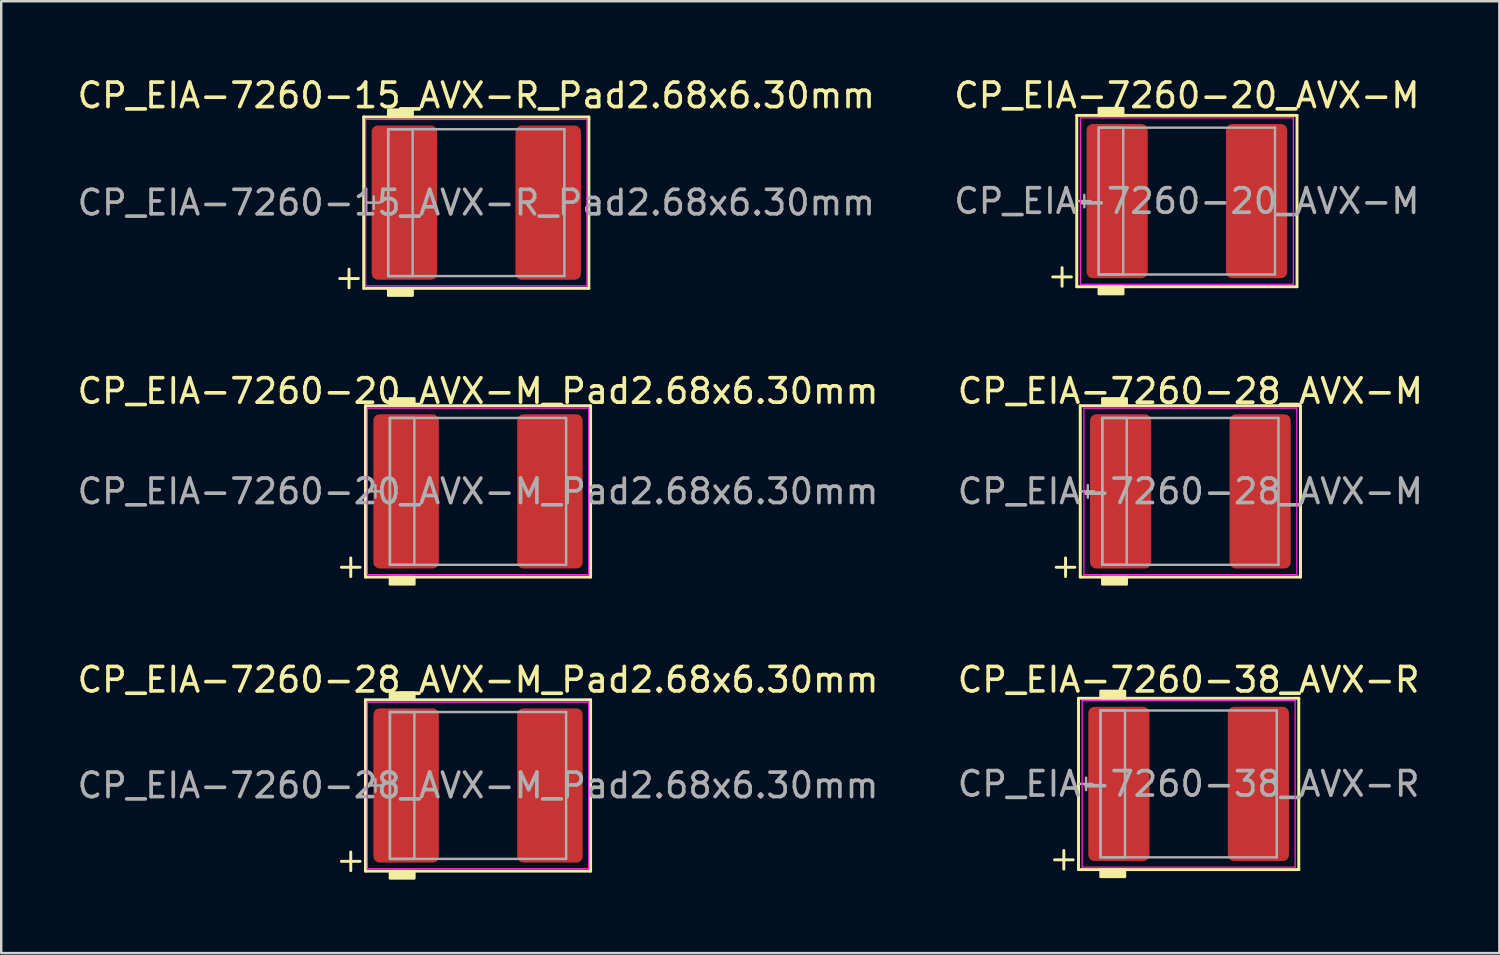
<source format=kicad_pcb>
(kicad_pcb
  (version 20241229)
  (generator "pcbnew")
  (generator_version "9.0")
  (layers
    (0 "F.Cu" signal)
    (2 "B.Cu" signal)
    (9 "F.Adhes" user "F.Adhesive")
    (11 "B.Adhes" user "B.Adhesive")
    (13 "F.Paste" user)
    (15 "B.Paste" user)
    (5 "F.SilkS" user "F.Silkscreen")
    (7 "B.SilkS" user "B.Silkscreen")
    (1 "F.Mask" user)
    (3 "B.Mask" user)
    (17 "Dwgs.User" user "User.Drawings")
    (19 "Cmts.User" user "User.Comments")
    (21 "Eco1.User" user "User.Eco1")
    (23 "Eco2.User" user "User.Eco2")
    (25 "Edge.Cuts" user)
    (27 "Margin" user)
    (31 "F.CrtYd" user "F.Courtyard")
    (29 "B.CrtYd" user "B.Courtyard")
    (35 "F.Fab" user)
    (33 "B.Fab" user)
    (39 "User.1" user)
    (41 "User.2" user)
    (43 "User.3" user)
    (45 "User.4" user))
  (footprint "CP_EIA-7260-20_AVX-M"
    (layer "F.Cu")
    (at 45.446 5.166)
    (property "Reference" "CP_EIA-7260-20_AVX-M" (at 0 -4.318 0) (layer "F.SilkS") (effects (font (size 1 1) (thickness 0.15))))
    (attr smd)
    (fp_line (start -5.481 3.1) (end -4.719 3.1) (stroke (width 0.12) (type solid)) (layer "F.SilkS"))
    (fp_line (start -5.1 2.719) (end -5.1 3.481) (stroke (width 0.12) (type solid)) (layer "F.SilkS"))
    (fp_line (start -4.5 -3.5) (end -4.5 3.5) (stroke (width 0.12) (type solid)) (layer "F.SilkS"))
    (fp_line (start -4.5 3.5) (end 4.5 3.5) (stroke (width 0.12) (type solid)) (layer "F.SilkS"))
    (fp_line (start 4.5 -3.5) (end -4.5 -3.5) (stroke (width 0.12) (type solid)) (layer "F.SilkS"))
    (fp_line (start 4.5 3.5) (end 4.5 -3.5) (stroke (width 0.12) (type solid)) (layer "F.SilkS"))
    (fp_poly (pts (xy -2.6 -3.5) (xy -3.6 -3.5) (xy -3.6 -3.8) (xy -2.6 -3.8)) (stroke (width 0.1) (type solid)) (fill yes) (layer "F.SilkS"))
    (fp_poly (pts (xy -2.6 3.8) (xy -3.6 3.8) (xy -3.6 3.5) (xy -2.6 3.5)) (stroke (width 0.1) (type solid)) (fill yes) (layer "F.SilkS"))
    (fp_line (start -4.35 -3.4) (end 4.35 -3.4) (stroke (width 0.05) (type solid)) (layer "F.CrtYd"))
    (fp_line (start -4.35 3.4) (end -4.35 -3.4) (stroke (width 0.05) (type solid)) (layer "F.CrtYd"))
    (fp_line (start 4.35 -3.4) (end 4.35 3.4) (stroke (width 0.05) (type solid)) (layer "F.CrtYd"))
    (fp_line (start 4.35 3.4) (end -4.35 3.4) (stroke (width 0.05) (type solid)) (layer "F.CrtYd"))
    (fp_line (start -4.191 -0.254) (end -4.191 0.254) (stroke (width 0.1) (type solid)) (layer "F.Fab"))
    (fp_line (start -3.937 0) (end -4.445 0) (stroke (width 0.1) (type solid)) (layer "F.Fab"))
    (fp_line (start -3.6 -3) (end -3.6 3) (stroke (width 0.1) (type solid)) (layer "F.Fab"))
    (fp_line (start -3.6 3) (end 3.6 3) (stroke (width 0.1) (type solid)) (layer "F.Fab"))
    (fp_line (start 3.6 -3) (end -3.6 -3) (stroke (width 0.1) (type solid)) (layer "F.Fab"))
    (fp_line (start 3.6 3) (end 3.6 -3) (stroke (width 0.1) (type solid)) (layer "F.Fab"))
    (fp_rect (start -3.6 -3) (end -2.6 3) (stroke (width 0.1) (type solid)) (fill no) (layer "F.Fab"))
    (fp_text user "${REFERENCE}" (at 0 0 0) (layer "F.Fab") (effects (font (size 1 1) (thickness 0.15))))
    (pad "1" smd roundrect (at -2.85 0) (size 2.5 6.3) (layers "F.Cu" "F.Mask" "F.Paste") (roundrect_rratio 0.1))
    (pad "2" smd roundrect (at 2.85 0) (size 2.5 6.3) (layers "F.Cu" "F.Mask" "F.Paste") (roundrect_rratio 0.1)))
  (footprint "CP_EIA-7260-38_AVX-R"
    (layer "F.Cu")
    (at 45.518 28.981)
    (property "Reference" "CP_EIA-7260-38_AVX-R" (at 0 -4.255 0) (layer "F.SilkS") (effects (font (size 1 1) (thickness 0.15))))
    (attr smd)
    (fp_line (start -5.481 3.1) (end -4.719 3.1) (stroke (width 0.12) (type solid)) (layer "F.SilkS"))
    (fp_line (start -5.1 2.719) (end -5.1 3.481) (stroke (width 0.12) (type solid)) (layer "F.SilkS"))
    (fp_line (start -4.5 -3.5) (end -4.5 3.5) (stroke (width 0.12) (type solid)) (layer "F.SilkS"))
    (fp_line (start -4.5 3.5) (end 4.5 3.5) (stroke (width 0.12) (type solid)) (layer "F.SilkS"))
    (fp_line (start 4.5 -3.5) (end -4.5 -3.5) (stroke (width 0.12) (type solid)) (layer "F.SilkS"))
    (fp_line (start 4.5 3.5) (end 4.5 -3.5) (stroke (width 0.12) (type solid)) (layer "F.SilkS"))
    (fp_poly (pts (xy -2.6 -3.5) (xy -3.6 -3.5) (xy -3.6 -3.8) (xy -2.6 -3.8)) (stroke (width 0.1) (type solid)) (fill yes) (layer "F.SilkS"))
    (fp_poly (pts (xy -2.6 3.8) (xy -3.6 3.8) (xy -3.6 3.5) (xy -2.6 3.5)) (stroke (width 0.1) (type solid)) (fill yes) (layer "F.SilkS"))
    (fp_line (start -4.35 -3.4) (end 4.35 -3.4) (stroke (width 0.05) (type solid)) (layer "F.CrtYd"))
    (fp_line (start -4.35 3.4) (end -4.35 -3.4) (stroke (width 0.05) (type solid)) (layer "F.CrtYd"))
    (fp_line (start 4.35 -3.4) (end 4.35 3.4) (stroke (width 0.05) (type solid)) (layer "F.CrtYd"))
    (fp_line (start 4.35 3.4) (end -4.35 3.4) (stroke (width 0.05) (type solid)) (layer "F.CrtYd"))
    (fp_line (start -4.191 -0.254) (end -4.191 0.254) (stroke (width 0.1) (type solid)) (layer "F.Fab"))
    (fp_line (start -3.937 0) (end -4.445 0) (stroke (width 0.1) (type solid)) (layer "F.Fab"))
    (fp_line (start -3.6 -3) (end -3.6 3) (stroke (width 0.1) (type solid)) (layer "F.Fab"))
    (fp_line (start -3.6 3) (end 3.6 3) (stroke (width 0.1) (type solid)) (layer "F.Fab"))
    (fp_line (start 3.6 -3) (end -3.6 -3) (stroke (width 0.1) (type solid)) (layer "F.Fab"))
    (fp_line (start 3.6 3) (end 3.6 -3) (stroke (width 0.1) (type solid)) (layer "F.Fab"))
    (fp_rect (start -3.6 -3) (end -2.6 3) (stroke (width 0.1) (type solid)) (fill no) (layer "F.Fab"))
    (fp_text user "${REFERENCE}" (at 0 0 0) (layer "F.Fab") (effects (font (size 1 1) (thickness 0.15))))
    (pad "1" smd roundrect (at -2.85 0) (size 2.5 6.3) (layers "F.Cu" "F.Mask" "F.Paste") (roundrect_rratio 0.1))
    (pad "2" smd roundrect (at 2.85 0) (size 2.5 6.3) (layers "F.Cu" "F.Mask" "F.Paste") (roundrect_rratio 0.1)))
  (footprint "CP_EIA-7260-15_AVX-R_Pad2.68x6.30mm"
    (layer "F.Cu")
    (at 16.411 5.23)
    (property "Reference" "CP_EIA-7260-15_AVX-R_Pad2.68x6.30mm" (at 0 -4.381 0) (layer "F.SilkS") (effects (font (size 1 1) (thickness 0.15))))
    (attr smd)
    (fp_line (start -5.581 3.1) (end -4.819 3.1) (stroke (width 0.12) (type solid)) (layer "F.SilkS"))
    (fp_line (start -5.2 2.719) (end -5.2 3.481) (stroke (width 0.12) (type solid)) (layer "F.SilkS"))
    (fp_line (start -4.6 -3.5) (end -4.6 3.5) (stroke (width 0.12) (type solid)) (layer "F.SilkS"))
    (fp_line (start -4.6 3.5) (end 4.6 3.5) (stroke (width 0.12) (type solid)) (layer "F.SilkS"))
    (fp_line (start 4.6 -3.5) (end -4.6 -3.5) (stroke (width 0.12) (type solid)) (layer "F.SilkS"))
    (fp_line (start 4.6 -3.4) (end 4.6 -3.5) (stroke (width 0.12) (type solid)) (layer "F.SilkS"))
    (fp_line (start 4.6 3.5) (end 4.6 -3.4) (stroke (width 0.12) (type solid)) (layer "F.SilkS"))
    (fp_poly (pts (xy -2.6 -3.5) (xy -3.6 -3.5) (xy -3.6 -3.8) (xy -2.6 -3.8)) (stroke (width 0.1) (type solid)) (fill yes) (layer "F.SilkS"))
    (fp_poly (pts (xy -2.6 3.8) (xy -3.6 3.8) (xy -3.6 3.5) (xy -2.6 3.5)) (stroke (width 0.1) (type solid)) (fill yes) (layer "F.SilkS"))
    (fp_line (start -4.52 -3.4) (end 4.52 -3.4) (stroke (width 0.05) (type solid)) (layer "F.CrtYd"))
    (fp_line (start -4.52 3.4) (end -4.52 -3.4) (stroke (width 0.05) (type solid)) (layer "F.CrtYd"))
    (fp_line (start 4.52 -3.4) (end 4.52 3.4) (stroke (width 0.05) (type solid)) (layer "F.CrtYd"))
    (fp_line (start 4.52 3.4) (end -4.52 3.4) (stroke (width 0.05) (type solid)) (layer "F.CrtYd"))
    (fp_line (start -4.191 -0.254) (end -4.191 0.254) (stroke (width 0.1) (type solid)) (layer "F.Fab"))
    (fp_line (start -3.937 0) (end -4.445 0) (stroke (width 0.1) (type solid)) (layer "F.Fab"))
    (fp_line (start -3.6 -3) (end -3.6 3) (stroke (width 0.1) (type solid)) (layer "F.Fab"))
    (fp_line (start -3.6 3) (end 3.6 3) (stroke (width 0.1) (type solid)) (layer "F.Fab"))
    (fp_line (start 3.6 -3) (end -3.6 -3) (stroke (width 0.1) (type solid)) (layer "F.Fab"))
    (fp_line (start 3.6 3) (end 3.6 -3) (stroke (width 0.1) (type solid)) (layer "F.Fab"))
    (fp_rect (start -3.6 -3) (end -2.6 3) (stroke (width 0.1) (type solid)) (fill no) (layer "F.Fab"))
    (fp_text user "${REFERENCE}" (at 0 0 0) (layer "F.Fab") (effects (font (size 1 1) (thickness 0.15))))
    (pad "1" smd roundrect (at -2.938 0) (size 2.675 6.3) (layers "F.Cu" "F.Mask" "F.Paste") (roundrect_rratio 0.093))
    (pad "2" smd roundrect (at 2.938 0) (size 2.675 6.3) (layers "F.Cu" "F.Mask" "F.Paste") (roundrect_rratio 0.093)))
  (footprint "CP_EIA-7260-20_AVX-M_Pad2.68x6.30mm"
    (layer "F.Cu")
    (at 16.482 17.028)
    (property "Reference" "CP_EIA-7260-20_AVX-M_Pad2.68x6.30mm" (at 0 -4.1 0) (layer "F.SilkS") (effects (font (size 1 1) (thickness 0.15))))
    (attr smd)
    (fp_line (start -5.581 3.1) (end -4.819 3.1) (stroke (width 0.12) (type solid)) (layer "F.SilkS"))
    (fp_line (start -5.2 2.719) (end -5.2 3.481) (stroke (width 0.12) (type solid)) (layer "F.SilkS"))
    (fp_line (start -4.6 -3.5) (end -4.6 3.5) (stroke (width 0.12) (type solid)) (layer "F.SilkS"))
    (fp_line (start -4.6 -3.5) (end 4.6 -3.5) (stroke (width 0.12) (type solid)) (layer "F.SilkS"))
    (fp_line (start -4.6 3.5) (end 4.6 3.5) (stroke (width 0.12) (type solid)) (layer "F.SilkS"))
    (fp_line (start 4.6 -3.5) (end 4.6 3.5) (stroke (width 0.12) (type solid)) (layer "F.SilkS"))
    (fp_poly (pts (xy -2.6 -3.5) (xy -3.6 -3.5) (xy -3.6 -3.8) (xy -2.6 -3.8)) (stroke (width 0.1) (type solid)) (fill yes) (layer "F.SilkS"))
    (fp_poly (pts (xy -2.6 3.8) (xy -3.6 3.8) (xy -3.6 3.5) (xy -2.6 3.5)) (stroke (width 0.1) (type solid)) (fill yes) (layer "F.SilkS"))
    (fp_line (start -4.52 -3.4) (end 4.52 -3.4) (stroke (width 0.05) (type solid)) (layer "F.CrtYd"))
    (fp_line (start -4.52 3.4) (end -4.52 -3.4) (stroke (width 0.05) (type solid)) (layer "F.CrtYd"))
    (fp_line (start 4.52 -3.4) (end 4.52 3.4) (stroke (width 0.05) (type solid)) (layer "F.CrtYd"))
    (fp_line (start 4.52 3.4) (end -4.52 3.4) (stroke (width 0.05) (type solid)) (layer "F.CrtYd"))
    (fp_line (start -4.191 -0.254) (end -4.191 0.254) (stroke (width 0.1) (type solid)) (layer "F.Fab"))
    (fp_line (start -3.937 0) (end -4.445 0) (stroke (width 0.1) (type solid)) (layer "F.Fab"))
    (fp_line (start -3.6 -3) (end -3.6 3) (stroke (width 0.1) (type solid)) (layer "F.Fab"))
    (fp_line (start -3.6 3) (end 3.6 3) (stroke (width 0.1) (type solid)) (layer "F.Fab"))
    (fp_line (start 3.6 -3) (end -3.6 -3) (stroke (width 0.1) (type solid)) (layer "F.Fab"))
    (fp_line (start 3.6 3) (end 3.6 -3) (stroke (width 0.1) (type solid)) (layer "F.Fab"))
    (fp_rect (start -3.6 -3) (end -2.6 3) (stroke (width 0.1) (type solid)) (fill no) (layer "F.Fab"))
    (fp_text user "${REFERENCE}" (at 0 0 0) (layer "F.Fab") (effects (font (size 1 1) (thickness 0.15))))
    (pad "1" smd roundrect (at -2.938 0) (size 2.675 6.3) (layers "F.Cu" "F.Mask" "F.Paste") (roundrect_rratio 0.093))
    (pad "2" smd roundrect (at 2.938 0) (size 2.675 6.3) (layers "F.Cu" "F.Mask" "F.Paste") (roundrect_rratio 0.093)))
  (footprint "CP_EIA-7260-28_AVX-M_Pad2.68x6.30mm"
    (layer "F.Cu")
    (at 16.482 29.044)
    (property "Reference" "CP_EIA-7260-28_AVX-M_Pad2.68x6.30mm" (at 0 -4.318 0) (layer "F.SilkS") (effects (font (size 1 1) (thickness 0.15))))
    (attr smd)
    (fp_line (start -5.581 3.1) (end -4.819 3.1) (stroke (width 0.12) (type solid)) (layer "F.SilkS"))
    (fp_line (start -5.2 2.719) (end -5.2 3.481) (stroke (width 0.12) (type solid)) (layer "F.SilkS"))
    (fp_line (start -4.6 -3.5) (end -4.6 3.5) (stroke (width 0.12) (type solid)) (layer "F.SilkS"))
    (fp_line (start -4.6 3.5) (end 4.6 3.5) (stroke (width 0.12) (type solid)) (layer "F.SilkS"))
    (fp_line (start 4.6 -3.5) (end -4.6 -3.5) (stroke (width 0.12) (type solid)) (layer "F.SilkS"))
    (fp_line (start 4.6 3.5) (end 4.6 -3.5) (stroke (width 0.12) (type solid)) (layer "F.SilkS"))
    (fp_poly (pts (xy -2.6 -3.5) (xy -3.6 -3.5) (xy -3.6 -3.8) (xy -2.6 -3.8)) (stroke (width 0.1) (type solid)) (fill yes) (layer "F.SilkS"))
    (fp_poly (pts (xy -2.6 3.8) (xy -3.6 3.8) (xy -3.6 3.5) (xy -2.6 3.5)) (stroke (width 0.1) (type solid)) (fill yes) (layer "F.SilkS"))
    (fp_line (start -4.52 -3.4) (end 4.52 -3.4) (stroke (width 0.05) (type solid)) (layer "F.CrtYd"))
    (fp_line (start -4.52 3.4) (end -4.52 -3.4) (stroke (width 0.05) (type solid)) (layer "F.CrtYd"))
    (fp_line (start 4.52 -3.4) (end 4.52 3.4) (stroke (width 0.05) (type solid)) (layer "F.CrtYd"))
    (fp_line (start 4.52 3.4) (end -4.52 3.4) (stroke (width 0.05) (type solid)) (layer "F.CrtYd"))
    (fp_line (start -4.191 -0.254) (end -4.191 0.254) (stroke (width 0.1) (type solid)) (layer "F.Fab"))
    (fp_line (start -3.937 0) (end -4.445 0) (stroke (width 0.1) (type solid)) (layer "F.Fab"))
    (fp_line (start -3.6 -3) (end -3.6 3) (stroke (width 0.1) (type solid)) (layer "F.Fab"))
    (fp_line (start -3.6 3) (end 3.6 3) (stroke (width 0.1) (type solid)) (layer "F.Fab"))
    (fp_line (start 3.6 -3) (end -3.6 -3) (stroke (width 0.1) (type solid)) (layer "F.Fab"))
    (fp_line (start 3.6 3) (end 3.6 -3) (stroke (width 0.1) (type solid)) (layer "F.Fab"))
    (fp_rect (start -3.6 -3) (end -2.6 3) (stroke (width 0.1) (type solid)) (fill no) (layer "F.Fab"))
    (fp_text user "${REFERENCE}" (at 0 0 0) (layer "F.Fab") (effects (font (size 1 1) (thickness 0.15))))
    (pad "1" smd roundrect (at -2.938 0) (size 2.675 6.3) (layers "F.Cu" "F.Mask" "F.Paste") (roundrect_rratio 0.093))
    (pad "2" smd roundrect (at 2.938 0) (size 2.675 6.3) (layers "F.Cu" "F.Mask" "F.Paste") (roundrect_rratio 0.093)))
  (footprint "CP_EIA-7260-28_AVX-M"
    (layer "F.Cu")
    (at 45.589 17.028)
    (property "Reference" "CP_EIA-7260-28_AVX-M" (at 0 -4.1 0) (layer "F.SilkS") (effects (font (size 1 1) (thickness 0.15))))
    (attr smd)
    (fp_line (start -5.481 3.1) (end -4.719 3.1) (stroke (width 0.12) (type solid)) (layer "F.SilkS"))
    (fp_line (start -5.1 2.719) (end -5.1 3.481) (stroke (width 0.12) (type solid)) (layer "F.SilkS"))
    (fp_line (start -4.5 -3.5) (end -4.5 3.5) (stroke (width 0.12) (type solid)) (layer "F.SilkS"))
    (fp_line (start -4.5 3.5) (end 4.5 3.5) (stroke (width 0.12) (type solid)) (layer "F.SilkS"))
    (fp_line (start 4.5 -3.5) (end -4.5 -3.5) (stroke (width 0.12) (type solid)) (layer "F.SilkS"))
    (fp_line (start 4.5 3.5) (end 4.5 -3.5) (stroke (width 0.12) (type solid)) (layer "F.SilkS"))
    (fp_poly (pts (xy -2.6 -3.5) (xy -3.6 -3.5) (xy -3.6 -3.8) (xy -2.6 -3.8)) (stroke (width 0.1) (type solid)) (fill yes) (layer "F.SilkS"))
    (fp_poly (pts (xy -2.6 3.8) (xy -3.6 3.8) (xy -3.6 3.5) (xy -2.6 3.5)) (stroke (width 0.1) (type solid)) (fill yes) (layer "F.SilkS"))
    (fp_line (start -4.35 -3.4) (end 4.35 -3.4) (stroke (width 0.05) (type solid)) (layer "F.CrtYd"))
    (fp_line (start -4.35 3.4) (end -4.35 -3.4) (stroke (width 0.05) (type solid)) (layer "F.CrtYd"))
    (fp_line (start 4.35 -3.4) (end 4.35 3.4) (stroke (width 0.05) (type solid)) (layer "F.CrtYd"))
    (fp_line (start 4.35 3.4) (end -4.35 3.4) (stroke (width 0.05) (type solid)) (layer "F.CrtYd"))
    (fp_line (start -4.191 -0.254) (end -4.191 0.254) (stroke (width 0.1) (type solid)) (layer "F.Fab"))
    (fp_line (start -3.937 0) (end -4.445 0) (stroke (width 0.1) (type solid)) (layer "F.Fab"))
    (fp_line (start -3.6 -3) (end -3.6 3) (stroke (width 0.1) (type solid)) (layer "F.Fab"))
    (fp_line (start -3.6 3) (end 3.6 3) (stroke (width 0.1) (type solid)) (layer "F.Fab"))
    (fp_line (start 3.6 -3) (end -3.6 -3) (stroke (width 0.1) (type solid)) (layer "F.Fab"))
    (fp_line (start 3.6 3) (end 3.6 -3) (stroke (width 0.1) (type solid)) (layer "F.Fab"))
    (fp_rect (start -3.6 -3) (end -2.6 3) (stroke (width 0.1) (type solid)) (fill no) (layer "F.Fab"))
    (fp_text user "${REFERENCE}" (at 0 0 0) (layer "F.Fab") (effects (font (size 1 1) (thickness 0.15))))
    (pad "1" smd roundrect (at -2.85 0) (size 2.5 6.3) (layers "F.Cu" "F.Mask" "F.Paste") (roundrect_rratio 0.1))
    (pad "2" smd roundrect (at 2.85 0) (size 2.5 6.3) (layers "F.Cu" "F.Mask" "F.Paste") (roundrect_rratio 0.1)))
  (gr_rect
    (start -3 -3)
    (end 58.214 35.894)
    (stroke (width 0.1) (type default))
    (fill no)
    (layer "Edge.Cuts")))
</source>
